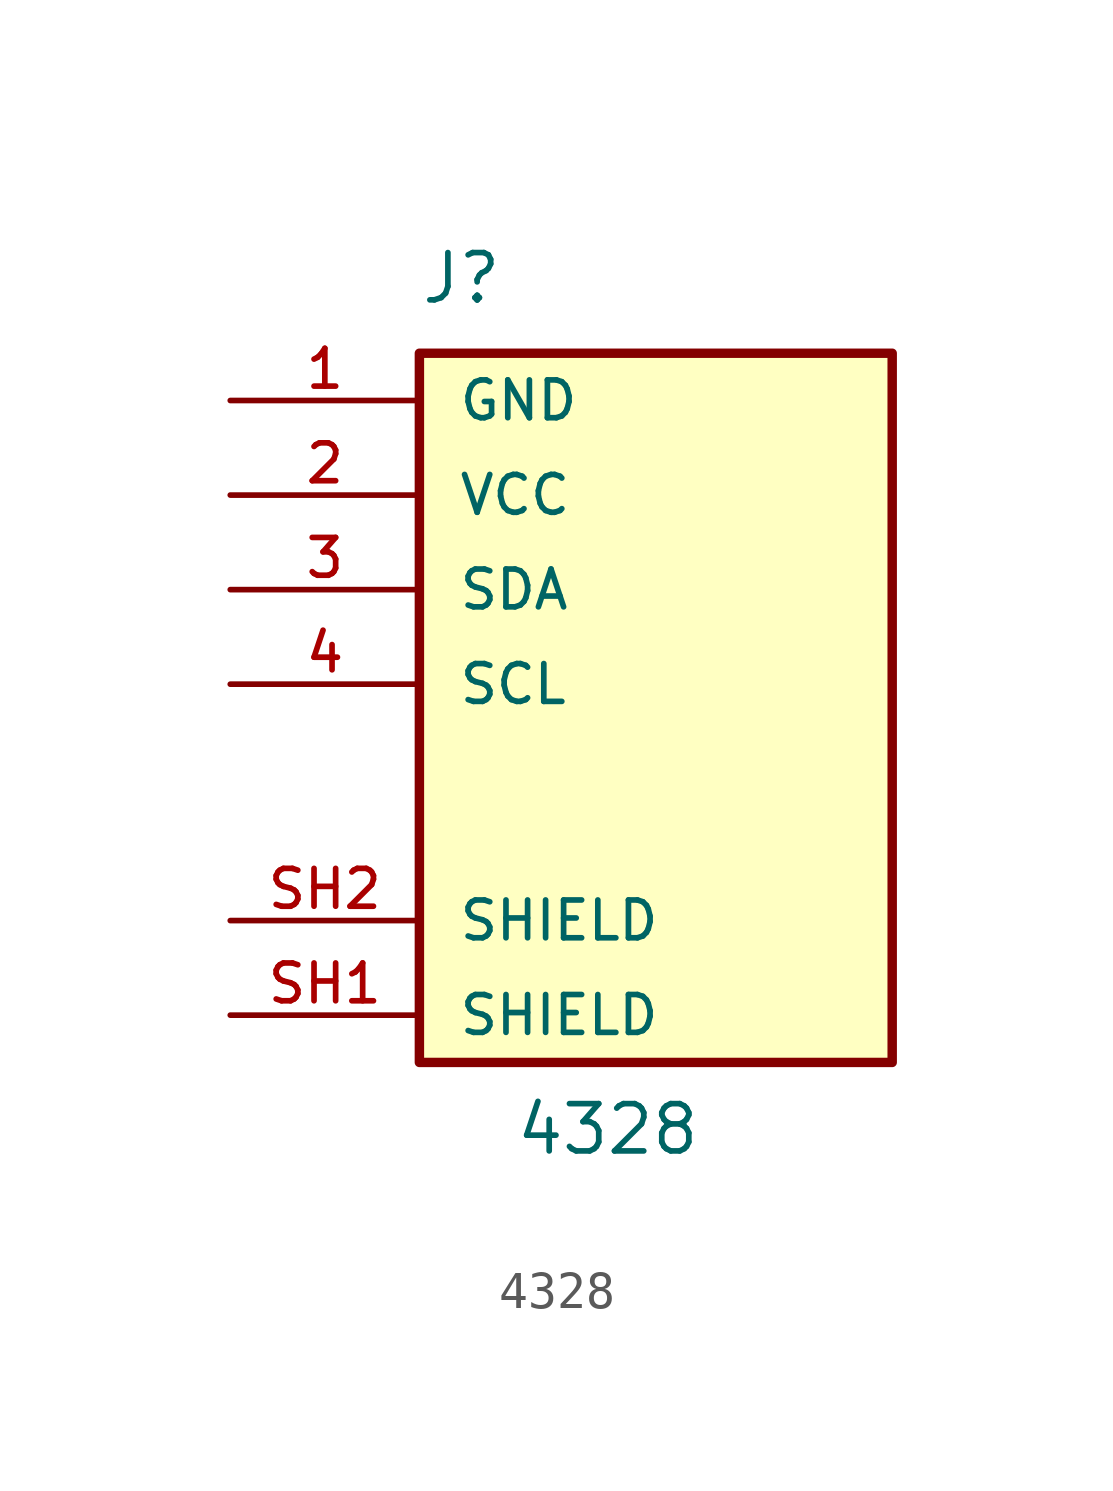
<source format=kicad_sym>
(kicad_symbol_lib
  (version 20220914)
  (generator kicad_symbol_editor)
  (symbol "4328"
    (pin_names
      (offset 1.016))
    (property "Reference" "J"
      (at -6.35 10.16 0)
      (effects (font (size 1.27 1.27)) (justify left bottom)))
    (property "Value" "4328"
      (at -3.81 -12.7 0)
      (effects (font (size 1.27 1.27)) (justify left bottom)))
    (symbol "4328_0_0"
      (rectangle (start -6.35 8.89) (end 6.35 -10.16) (stroke (width 0.254) (type default)) (fill (type background)))
      (pin passive line (at -11.43 -8.89 0) (length 5.08) (name "SHIELD" (effects (font (size 1.016 1.016)))) (number "SH1" (effects (font (size 1.016 1.016)))))
      (pin passive line (at -11.43 -6.35 0) (length 5.08) (name "SHIELD" (effects (font (size 1.016 1.016)))) (number "SH2" (effects (font (size 1.016 1.016))))))
    (symbol "4328_1_0"
      (pin passive line (at -11.43 7.62 0) (length 5.08) (name "GND" (effects (font (size 1.016 1.016)))) (number "1" (effects (font (size 1.016 1.016)))))
      (pin passive line (at -11.43 5.08 0) (length 5.08) (name "VCC" (effects (font (size 1.016 1.016)))) (number "2" (effects (font (size 1.016 1.016)))))
      (pin passive line (at -11.43 2.54 0) (length 5.08) (name "SDA" (effects (font (size 1.016 1.016)))) (number "3" (effects (font (size 1.016 1.016)))))
      (pin passive line (at -11.43 0 0) (length 5.08) (name "SCL" (effects (font (size 1.016 1.016)))) (number "4" (effects (font (size 1.016 1.016))))))))
</source>
